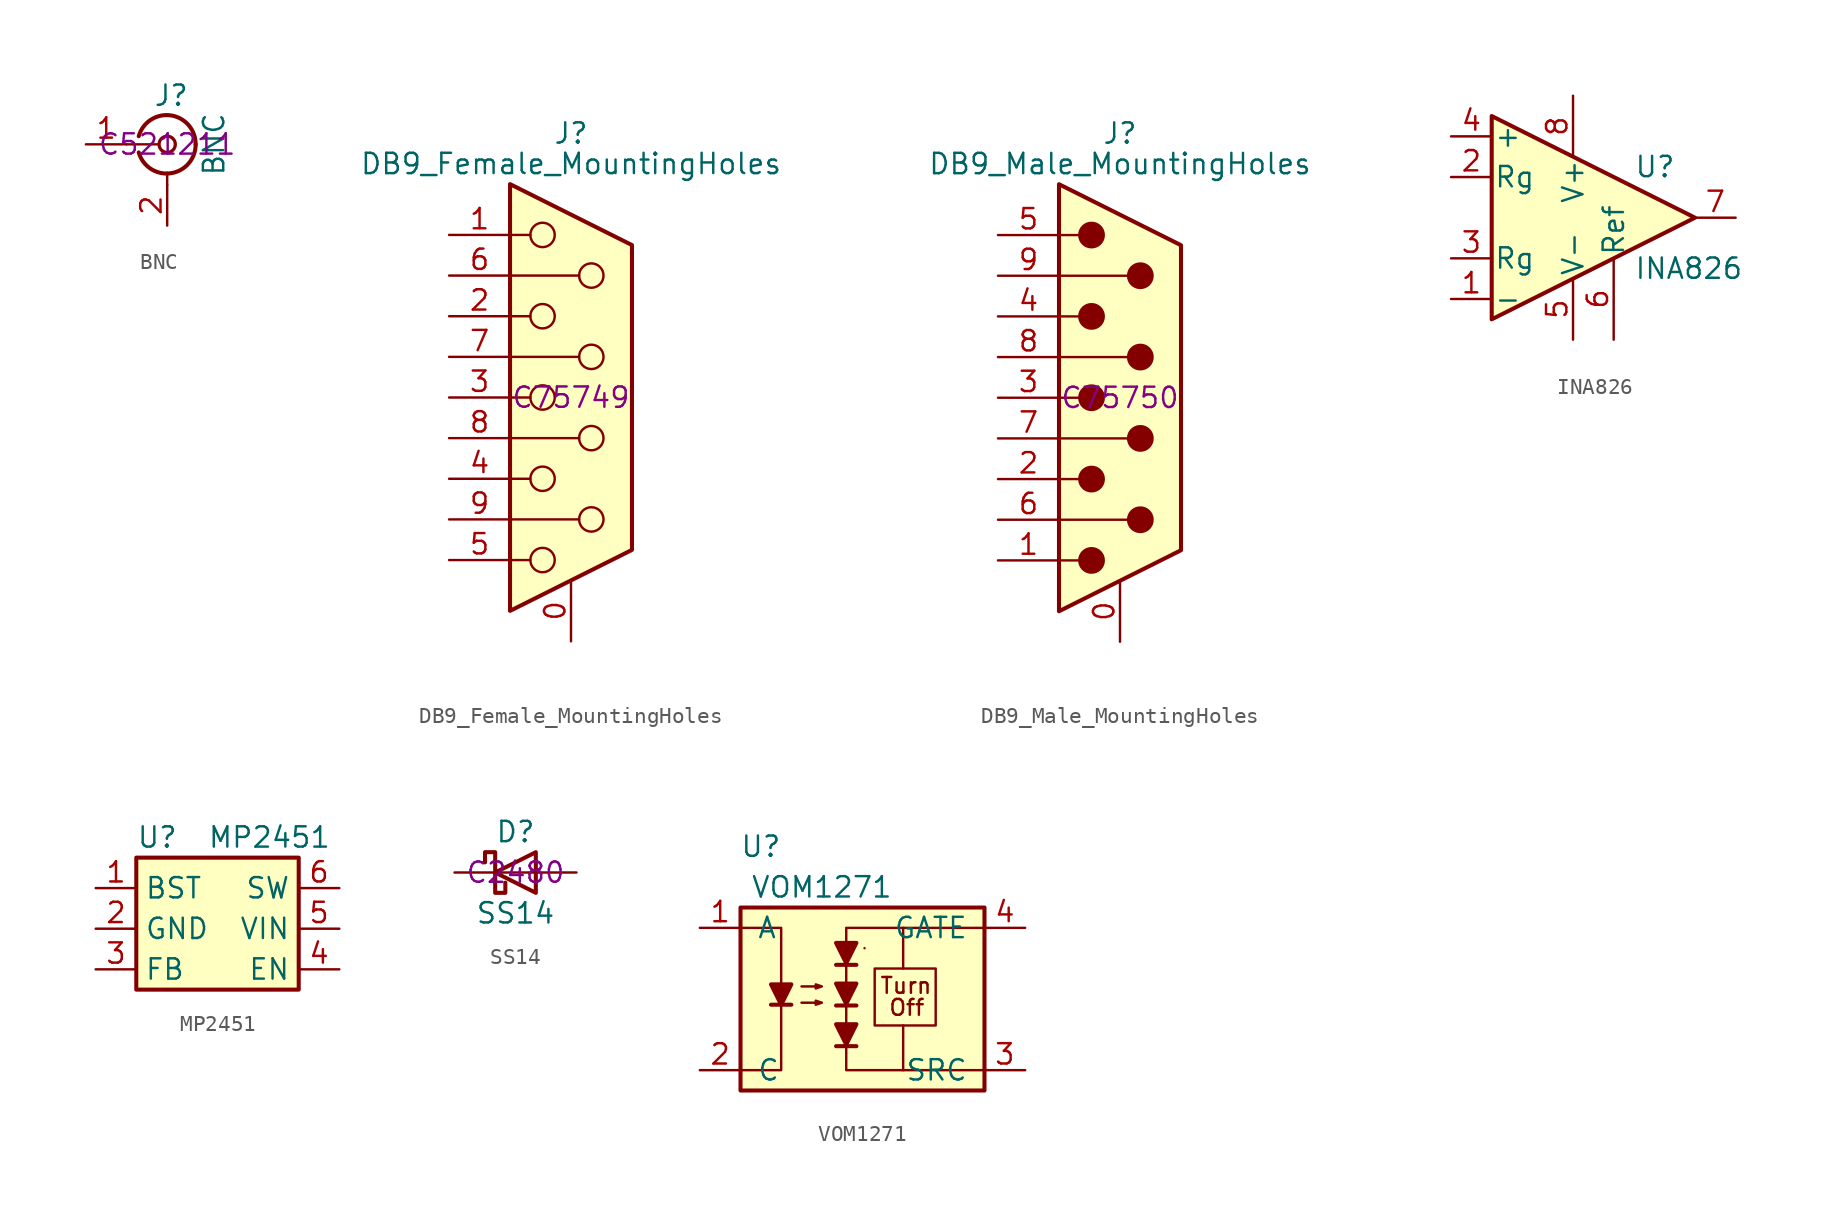
<source format=kicad_sym>
(kicad_symbol_lib
  (version 20211014)
  (generator kicad_symbol_editor)
  (symbol "BNC"
    (pin_names
      (offset 1.016) hide)
    (property "Reference" "J"
      (at 0.254 3.048 0)
      (effects (font (size 1.27 1.27))))
    (property "Value" "BNC"
      (at 2.921 0 90)
      (effects (font (size 1.27 1.27))))
    (property "LCSC" "C521211"
      (at 0 0 0)
      (effects (font (size 1.27 1.27))))
    (symbol "BNC_0_1"
      (arc (start -1.778 -0.508) (mid 0.222 -1.808) (end 1.778 0) (stroke (width 0.254) (type default) (color 0 0 0 0)) (fill (type none)))
      (polyline (pts (xy -2.54 0) (xy -0.508 0)) (stroke (width 0) (type default) (color 0 0 0 0)) (fill (type none)))
      (polyline (pts (xy 0 -2.54) (xy 0 -1.778)) (stroke (width 0) (type default) (color 0 0 0 0)) (fill (type none)))
      (circle (center 0 0) (radius 0.508) (stroke (width 0.203) (type default) (color 0 0 0 0)) (fill (type none)))
      (arc (start 1.778 0) (mid 0.222 1.8083) (end -1.778 0.508) (stroke (width 0.254) (type default) (color 0 0 0 0)) (fill (type none))))
    (symbol "BNC_1_1"
      (pin passive line (at -5.08 0 0) (length 2.54) (name "In" (effects (font (size 1.27 1.27)))) (number "1" (effects (font (size 1.27 1.27)))))
      (pin passive line (at 0 -5.08 90) (length 2.54) (name "Ext" (effects (font (size 1.27 1.27)))) (number "2" (effects (font (size 1.27 1.27)))))))
  (symbol "DB9_Female_MountingHoles"
    (pin_names
      (offset 1.016) hide)
    (property "Reference" "J"
      (at 0 16.51 0)
      (effects (font (size 1.27 1.27))))
    (property "Value" "DB9_Female_MountingHoles"
      (at 0 14.605 0)
      (effects (font (size 1.27 1.27))))
    (property "LCSC" "C75749"
      (at 0 0 0)
      (effects (font (size 1.27 1.27))))
    (symbol "DB9_Female_MountingHoles_0_1"
      (circle (center -1.778 -10.16) (radius 0.762) (stroke (width 0) (type default) (color 0 0 0 0)) (fill (type none)))
      (circle (center -1.778 -5.08) (radius 0.762) (stroke (width 0) (type default) (color 0 0 0 0)) (fill (type none)))
      (circle (center -1.778 0) (radius 0.762) (stroke (width 0) (type default) (color 0 0 0 0)) (fill (type none)))
      (circle (center -1.778 5.08) (radius 0.762) (stroke (width 0) (type default) (color 0 0 0 0)) (fill (type none)))
      (circle (center -1.778 10.16) (radius 0.762) (stroke (width 0) (type default) (color 0 0 0 0)) (fill (type none)))
      (polyline (pts (xy -3.81 -10.16) (xy -2.54 -10.16)) (stroke (width 0) (type default) (color 0 0 0 0)) (fill (type none)))
      (polyline (pts (xy -3.81 -7.62) (xy 0.508 -7.62)) (stroke (width 0) (type default) (color 0 0 0 0)) (fill (type none)))
      (polyline (pts (xy -3.81 -5.08) (xy -2.54 -5.08)) (stroke (width 0) (type default) (color 0 0 0 0)) (fill (type none)))
      (polyline (pts (xy -3.81 -2.54) (xy 0.508 -2.54)) (stroke (width 0) (type default) (color 0 0 0 0)) (fill (type none)))
      (polyline (pts (xy -3.81 0) (xy -2.54 0)) (stroke (width 0) (type default) (color 0 0 0 0)) (fill (type none)))
      (polyline (pts (xy -3.81 2.54) (xy 0.508 2.54)) (stroke (width 0) (type default) (color 0 0 0 0)) (fill (type none)))
      (polyline (pts (xy -3.81 5.08) (xy -2.54 5.08)) (stroke (width 0) (type default) (color 0 0 0 0)) (fill (type none)))
      (polyline (pts (xy -3.81 7.62) (xy 0.508 7.62)) (stroke (width 0) (type default) (color 0 0 0 0)) (fill (type none)))
      (polyline (pts (xy -3.81 10.16) (xy -2.54 10.16)) (stroke (width 0) (type default) (color 0 0 0 0)) (fill (type none)))
      (polyline (pts (xy -3.81 13.335) (xy -3.81 -13.335) (xy 3.81 -9.525) (xy 3.81 9.525) (xy -3.81 13.335)) (stroke (width 0.254) (type default) (color 0 0 0 0)) (fill (type background)))
      (circle (center 1.27 -7.62) (radius 0.762) (stroke (width 0) (type default) (color 0 0 0 0)) (fill (type none)))
      (circle (center 1.27 -2.54) (radius 0.762) (stroke (width 0) (type default) (color 0 0 0 0)) (fill (type none)))
      (circle (center 1.27 2.54) (radius 0.762) (stroke (width 0) (type default) (color 0 0 0 0)) (fill (type none)))
      (circle (center 1.27 7.62) (radius 0.762) (stroke (width 0) (type default) (color 0 0 0 0)) (fill (type none))))
    (symbol "DB9_Female_MountingHoles_1_1"
      (pin passive line (at 0 -15.24 90) (length 3.81) (name "PAD" (effects (font (size 1.27 1.27)))) (number "0" (effects (font (size 1.27 1.27)))))
      (pin passive line (at -7.62 10.16 0) (length 3.81) (name "1" (effects (font (size 1.27 1.27)))) (number "1" (effects (font (size 1.27 1.27)))))
      (pin passive line (at -7.62 5.08 0) (length 3.81) (name "2" (effects (font (size 1.27 1.27)))) (number "2" (effects (font (size 1.27 1.27)))))
      (pin passive line (at -7.62 0 0) (length 3.81) (name "3" (effects (font (size 1.27 1.27)))) (number "3" (effects (font (size 1.27 1.27)))))
      (pin passive line (at -7.62 -5.08 0) (length 3.81) (name "4" (effects (font (size 1.27 1.27)))) (number "4" (effects (font (size 1.27 1.27)))))
      (pin passive line (at -7.62 -10.16 0) (length 3.81) (name "5" (effects (font (size 1.27 1.27)))) (number "5" (effects (font (size 1.27 1.27)))))
      (pin passive line (at -7.62 7.62 0) (length 3.81) (name "6" (effects (font (size 1.27 1.27)))) (number "6" (effects (font (size 1.27 1.27)))))
      (pin passive line (at -7.62 2.54 0) (length 3.81) (name "7" (effects (font (size 1.27 1.27)))) (number "7" (effects (font (size 1.27 1.27)))))
      (pin passive line (at -7.62 -2.54 0) (length 3.81) (name "8" (effects (font (size 1.27 1.27)))) (number "8" (effects (font (size 1.27 1.27)))))
      (pin passive line (at -7.62 -7.62 0) (length 3.81) (name "9" (effects (font (size 1.27 1.27)))) (number "9" (effects (font (size 1.27 1.27)))))))
  (symbol "DB9_Male_MountingHoles"
    (pin_names
      (offset 1.016) hide)
    (property "Reference" "J"
      (at 0 16.51 0)
      (effects (font (size 1.27 1.27))))
    (property "Value" "DB9_Male_MountingHoles"
      (at 0 14.605 0)
      (effects (font (size 1.27 1.27))))
    (property "LCSC" "C75750"
      (at 0 0 0)
      (effects (font (size 1.27 1.27))))
    (symbol "DB9_Male_MountingHoles_0_1"
      (circle (center -1.778 -10.16) (radius 0.762) (stroke (width 0) (type default) (color 0 0 0 0)) (fill (type outline)))
      (circle (center -1.778 -5.08) (radius 0.762) (stroke (width 0) (type default) (color 0 0 0 0)) (fill (type outline)))
      (circle (center -1.778 0) (radius 0.762) (stroke (width 0) (type default) (color 0 0 0 0)) (fill (type outline)))
      (circle (center -1.778 5.08) (radius 0.762) (stroke (width 0) (type default) (color 0 0 0 0)) (fill (type outline)))
      (circle (center -1.778 10.16) (radius 0.762) (stroke (width 0) (type default) (color 0 0 0 0)) (fill (type outline)))
      (polyline (pts (xy -3.81 -10.16) (xy -2.54 -10.16)) (stroke (width 0) (type default) (color 0 0 0 0)) (fill (type none)))
      (polyline (pts (xy -3.81 -7.62) (xy 0.508 -7.62)) (stroke (width 0) (type default) (color 0 0 0 0)) (fill (type none)))
      (polyline (pts (xy -3.81 -5.08) (xy -2.54 -5.08)) (stroke (width 0) (type default) (color 0 0 0 0)) (fill (type none)))
      (polyline (pts (xy -3.81 -2.54) (xy 0.508 -2.54)) (stroke (width 0) (type default) (color 0 0 0 0)) (fill (type none)))
      (polyline (pts (xy -3.81 0) (xy -2.54 0)) (stroke (width 0) (type default) (color 0 0 0 0)) (fill (type none)))
      (polyline (pts (xy -3.81 2.54) (xy 0.508 2.54)) (stroke (width 0) (type default) (color 0 0 0 0)) (fill (type none)))
      (polyline (pts (xy -3.81 5.08) (xy -2.54 5.08)) (stroke (width 0) (type default) (color 0 0 0 0)) (fill (type none)))
      (polyline (pts (xy -3.81 7.62) (xy 0.508 7.62)) (stroke (width 0) (type default) (color 0 0 0 0)) (fill (type none)))
      (polyline (pts (xy -3.81 10.16) (xy -2.54 10.16)) (stroke (width 0) (type default) (color 0 0 0 0)) (fill (type none)))
      (polyline (pts (xy -3.81 -13.335) (xy -3.81 13.335) (xy 3.81 9.525) (xy 3.81 -9.525) (xy -3.81 -13.335)) (stroke (width 0.254) (type default) (color 0 0 0 0)) (fill (type background)))
      (circle (center 1.27 -7.62) (radius 0.762) (stroke (width 0) (type default) (color 0 0 0 0)) (fill (type outline)))
      (circle (center 1.27 -2.54) (radius 0.762) (stroke (width 0) (type default) (color 0 0 0 0)) (fill (type outline)))
      (circle (center 1.27 2.54) (radius 0.762) (stroke (width 0) (type default) (color 0 0 0 0)) (fill (type outline)))
      (circle (center 1.27 7.62) (radius 0.762) (stroke (width 0) (type default) (color 0 0 0 0)) (fill (type outline))))
    (symbol "DB9_Male_MountingHoles_1_1"
      (pin passive line (at 0 -15.24 90) (length 3.81) (name "PAD" (effects (font (size 1.27 1.27)))) (number "0" (effects (font (size 1.27 1.27)))))
      (pin passive line (at -7.62 -10.16 0) (length 3.81) (name "1" (effects (font (size 1.27 1.27)))) (number "1" (effects (font (size 1.27 1.27)))))
      (pin passive line (at -7.62 -5.08 0) (length 3.81) (name "2" (effects (font (size 1.27 1.27)))) (number "2" (effects (font (size 1.27 1.27)))))
      (pin passive line (at -7.62 0 0) (length 3.81) (name "3" (effects (font (size 1.27 1.27)))) (number "3" (effects (font (size 1.27 1.27)))))
      (pin passive line (at -7.62 5.08 0) (length 3.81) (name "4" (effects (font (size 1.27 1.27)))) (number "4" (effects (font (size 1.27 1.27)))))
      (pin passive line (at -7.62 10.16 0) (length 3.81) (name "5" (effects (font (size 1.27 1.27)))) (number "5" (effects (font (size 1.27 1.27)))))
      (pin passive line (at -7.62 -7.62 0) (length 3.81) (name "6" (effects (font (size 1.27 1.27)))) (number "6" (effects (font (size 1.27 1.27)))))
      (pin passive line (at -7.62 -2.54 0) (length 3.81) (name "7" (effects (font (size 1.27 1.27)))) (number "7" (effects (font (size 1.27 1.27)))))
      (pin passive line (at -7.62 2.54 0) (length 3.81) (name "8" (effects (font (size 1.27 1.27)))) (number "8" (effects (font (size 1.27 1.27)))))
      (pin passive line (at -7.62 7.62 0) (length 3.81) (name "9" (effects (font (size 1.27 1.27)))) (number "9" (effects (font (size 1.27 1.27)))))))
  (symbol "INA826"
    (pin_names
      (offset 0.127))
    (property "Reference" "U"
      (at 3.81 3.175 0)
      (effects (font (size 1.27 1.27)) (justify left)))
    (property "Value" "INA826"
      (at 3.81 -3.175 0)
      (effects (font (size 1.27 1.27)) (justify left)))
    (symbol "INA826_0_1"
      (polyline (pts (xy 7.62 0) (xy -5.08 6.35) (xy -5.08 -6.35) (xy 7.62 0)) (stroke (width 0.254) (type default) (color 0 0 0 0)) (fill (type background))))
    (symbol "INA826_1_1"
      (pin input line (at -7.62 -5.08 0) (length 2.54) (name "-" (effects (font (size 1.27 1.27)))) (number "1" (effects (font (size 1.27 1.27)))))
      (pin passive line (at -7.62 2.54 0) (length 2.54) (name "Rg" (effects (font (size 1.27 1.27)))) (number "2" (effects (font (size 1.27 1.27)))))
      (pin passive line (at -7.62 -2.54 0) (length 2.54) (name "Rg" (effects (font (size 1.27 1.27)))) (number "3" (effects (font (size 1.27 1.27)))))
      (pin input line (at -7.62 5.08 0) (length 2.54) (name "+" (effects (font (size 1.27 1.27)))) (number "4" (effects (font (size 1.27 1.27)))))
      (pin power_in line (at 0 -7.62 90) (length 3.81) (name "V-" (effects (font (size 1.27 1.27)))) (number "5" (effects (font (size 1.27 1.27)))))
      (pin input line (at 2.54 -7.62 90) (length 5.08) (name "Ref" (effects (font (size 1.27 1.27)))) (number "6" (effects (font (size 1.27 1.27)))))
      (pin output line (at 10.16 0 180) (length 2.54) (name "~" (effects (font (size 1.27 1.27)))) (number "7" (effects (font (size 1.27 1.27)))))
      (pin power_in line (at 0 7.62 270) (length 3.81) (name "V+" (effects (font (size 1.27 1.27)))) (number "8" (effects (font (size 1.27 1.27)))))))
  (symbol "MP2451"
    (property "Reference" "U"
      (at 0 9.525 0)
      (effects (font (size 1.27 1.27)) (justify left)))
    (property "Value" "MP2451"
      (at 4.445 9.525 0)
      (effects (font (size 1.27 1.27)) (justify left)))
    (symbol "MP2451_0_1"
      (rectangle (start 0 8.255) (end 10.16 0) (stroke (width 0.254) (type default) (color 0 0 0 0)) (fill (type background))))
    (symbol "MP2451_1_1"
      (pin passive line (at -2.54 6.35 0) (length 2.54) (name "BST" (effects (font (size 1.27 1.27)))) (number "1" (effects (font (size 1.27 1.27)))))
      (pin passive line (at -2.54 3.81 0) (length 2.54) (name "GND" (effects (font (size 1.27 1.27)))) (number "2" (effects (font (size 1.27 1.27)))))
      (pin input line (at -2.54 1.27 0) (length 2.54) (name "FB" (effects (font (size 1.27 1.27)))) (number "3" (effects (font (size 1.27 1.27)))))
      (pin input line (at 12.7 1.27 180) (length 2.54) (name "EN" (effects (font (size 1.27 1.27)))) (number "4" (effects (font (size 1.27 1.27)))))
      (pin power_in line (at 12.7 3.81 180) (length 2.54) (name "VIN" (effects (font (size 1.27 1.27)))) (number "5" (effects (font (size 1.27 1.27)))))
      (pin output line (at 12.7 6.35 180) (length 2.54) (name "SW" (effects (font (size 1.27 1.27)))) (number "6" (effects (font (size 1.27 1.27)))))))
  (symbol "SS14"
    (pin_numbers hide)
    (pin_names hide)
    (property "Reference" "D"
      (at 0 2.54 0)
      (effects (font (size 1.27 1.27))))
    (property "Value" "SS14"
      (at 0 -2.54 0)
      (effects (font (size 1.27 1.27))))
    (property "LCSC" "C2480"
      (at 0 0 0)
      (effects (font (size 1.27 1.27))))
    (symbol "SS14_0_1"
      (polyline (pts (xy 1.27 0) (xy -1.27 0)) (stroke (width 0) (type default) (color 0 0 0 0)) (fill (type none)))
      (polyline (pts (xy 1.27 1.27) (xy 1.27 -1.27) (xy -1.27 0) (xy 1.27 1.27)) (stroke (width 0.254) (type default) (color 0 0 0 0)) (fill (type none)))
      (polyline (pts (xy -1.905 0.635) (xy -1.905 1.27) (xy -1.27 1.27) (xy -1.27 -1.27) (xy -0.635 -1.27) (xy -0.635 -0.635)) (stroke (width 0.254) (type default) (color 0 0 0 0)) (fill (type none))))
    (symbol "SS14_1_1"
      (pin passive line (at -3.81 0 0) (length 2.54) (name "K" (effects (font (size 1.27 1.27)))) (number "1" (effects (font (size 1.27 1.27)))))
      (pin passive line (at 3.81 0 180) (length 2.54) (name "A" (effects (font (size 1.27 1.27)))) (number "2" (effects (font (size 1.27 1.27)))))))
  (symbol "VOM1271"
    (pin_names
      (offset 1.016))
    (property "Reference" "U"
      (at -6.35 7.62 0)
      (effects (font (size 1.27 1.27))))
    (property "Value" "VOM1271"
      (at -2.54 5.08 0)
      (effects (font (size 1.27 1.27))))
    (symbol "VOM1271_0_0"
      (text "Turn" (at 2.718 -1.067 0) (effects (font (size 0.991 0.991)))))
    (symbol "VOM1271_1_1"
      (rectangle (start -7.62 3.81) (end 7.62 -7.62) (stroke (width 0.254) (type default) (color 0 0 0 0)) (fill (type background)))
      (polyline (pts (xy -5.715 -2.261) (xy -4.445 -2.261)) (stroke (width 0.254) (type default) (color 0 0 0 0)) (fill (type none)))
      (polyline (pts (xy -0.381 -4.851) (xy -1.651 -4.851)) (stroke (width 0.254) (type default) (color 0 0 0 0)) (fill (type none)))
      (polyline (pts (xy -0.381 -2.311) (xy -1.651 -2.311)) (stroke (width 0.254) (type default) (color 0 0 0 0)) (fill (type none)))
      (polyline (pts (xy -0.381 0.229) (xy -1.651 0.229)) (stroke (width 0.254) (type default) (color 0 0 0 0)) (fill (type none)))
      (polyline (pts (xy 2.54 -3.556) (xy 2.54 -6.35)) (stroke (width 0) (type default) (color 0 0 0 0)) (fill (type none)))
      (polyline (pts (xy 2.54 0) (xy 2.54 2.54)) (stroke (width 0) (type default) (color 0 0 0 0)) (fill (type none)))
      (polyline (pts (xy -7.62 2.54) (xy -5.08 2.54) (xy -5.08 -6.35) (xy -7.62 -6.35)) (stroke (width 0) (type default) (color 0 0 0 0)) (fill (type none)))
      (polyline (pts (xy -5.08 -2.261) (xy -5.715 -0.991) (xy -4.445 -0.991) (xy -5.08 -2.261)) (stroke (width 0.254) (type default) (color 0 0 0 0)) (fill (type outline)))
      (polyline (pts (xy -1.016 -4.75) (xy -1.651 -3.48) (xy -0.381 -3.48) (xy -1.016 -4.75)) (stroke (width 0.254) (type default) (color 0 0 0 0)) (fill (type outline)))
      (polyline (pts (xy -1.016 -2.21) (xy -1.651 -0.94) (xy -0.381 -0.94) (xy -1.016 -2.21)) (stroke (width 0.254) (type default) (color 0 0 0 0)) (fill (type outline)))
      (polyline (pts (xy -1.016 0.33) (xy -1.651 1.6) (xy -0.381 1.6) (xy -1.016 0.33)) (stroke (width 0.254) (type default) (color 0 0 0 0)) (fill (type outline)))
      (polyline (pts (xy 7.62 -6.35) (xy -1.016 -6.35) (xy -1.016 2.54) (xy 7.62 2.54)) (stroke (width 0) (type default) (color 0 0 0 0)) (fill (type none)))
      (polyline (pts (xy -3.81 -2.134) (xy -2.54 -2.134) (xy -2.921 -2.261) (xy -2.921 -2.007) (xy -2.54 -2.134)) (stroke (width 0) (type default) (color 0 0 0 0)) (fill (type none)))
      (polyline (pts (xy -3.81 -1.118) (xy -2.54 -1.118) (xy -2.921 -1.245) (xy -2.921 -0.991) (xy -2.54 -1.118)) (stroke (width 0) (type default) (color 0 0 0 0)) (fill (type none)))
      (rectangle (start 0.127 1.27) (end 0.127 1.27) (stroke (width 0) (type default) (color 0 0 0 0)) (fill (type none)))
      (rectangle (start 0.762 0) (end 4.572 -3.556) (stroke (width 0) (type default) (color 0 0 0 0)) (fill (type none)))
      (text "Off" (at 2.769 -2.438 0) (effects (font (size 0.991 0.991))))
      (pin passive line (at -10.16 2.54 0) (length 2.54) (name "A" (effects (font (size 1.27 1.27)))) (number "1" (effects (font (size 1.27 1.27)))))
      (pin passive line (at -10.16 -6.35 0) (length 2.54) (name "C" (effects (font (size 1.27 1.27)))) (number "2" (effects (font (size 1.27 1.27)))))
      (pin passive line (at 10.16 -6.35 180) (length 2.54) (name "SRC" (effects (font (size 1.27 1.27)))) (number "3" (effects (font (size 1.27 1.27)))))
      (pin passive line (at 10.16 2.54 180) (length 2.54) (name "GATE" (effects (font (size 1.27 1.27)))) (number "4" (effects (font (size 1.27 1.27))))))))
</source>
